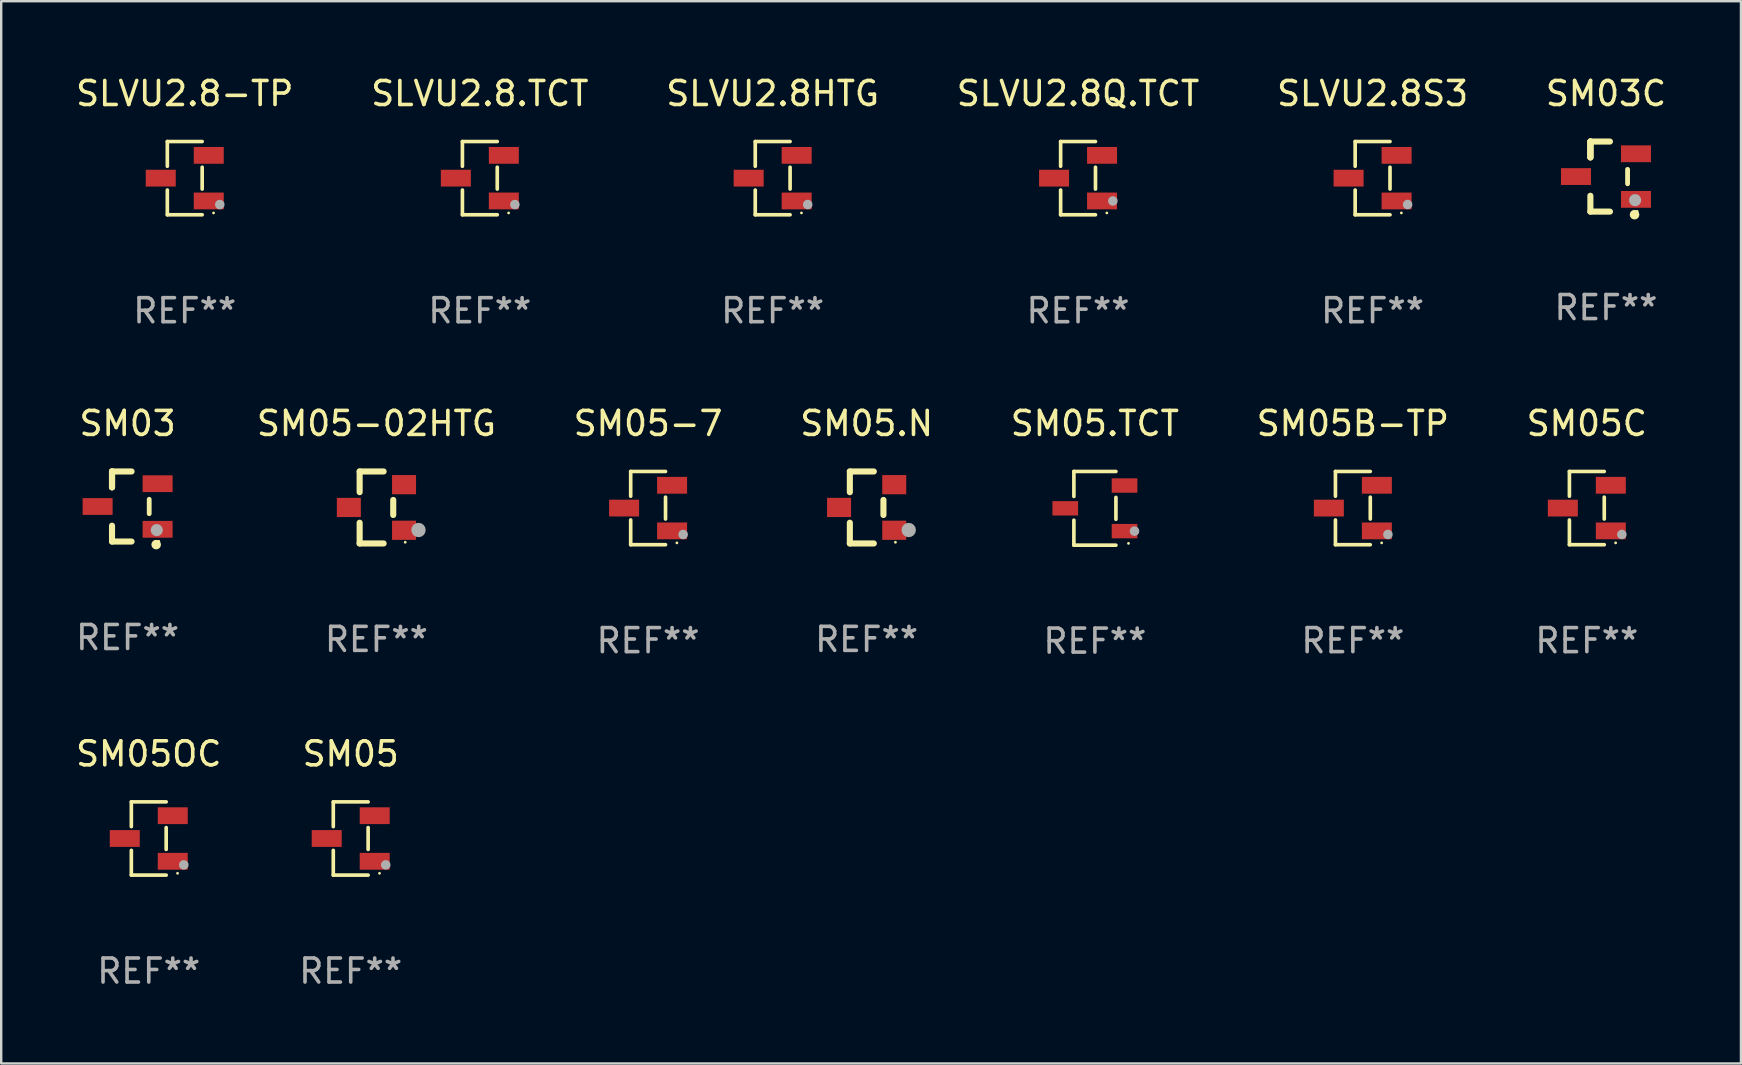
<source format=kicad_pcb>
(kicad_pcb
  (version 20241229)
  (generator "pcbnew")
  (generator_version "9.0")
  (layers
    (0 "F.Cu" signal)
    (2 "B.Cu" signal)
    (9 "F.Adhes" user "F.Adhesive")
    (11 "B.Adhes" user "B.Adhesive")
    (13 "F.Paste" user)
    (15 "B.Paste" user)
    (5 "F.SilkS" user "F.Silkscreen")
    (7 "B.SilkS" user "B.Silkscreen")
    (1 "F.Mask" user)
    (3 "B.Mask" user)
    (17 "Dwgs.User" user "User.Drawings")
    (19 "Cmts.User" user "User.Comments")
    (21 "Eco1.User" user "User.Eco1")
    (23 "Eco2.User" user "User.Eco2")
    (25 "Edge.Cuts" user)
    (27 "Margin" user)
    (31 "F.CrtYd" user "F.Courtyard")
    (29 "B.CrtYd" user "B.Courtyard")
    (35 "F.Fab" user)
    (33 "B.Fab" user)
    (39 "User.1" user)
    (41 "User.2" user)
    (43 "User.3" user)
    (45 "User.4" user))
  (footprint "SM05B-TP"
    (layer "F.Cu")
    (at 53.327 18.123)
    (property "Reference" "SM05B-TP" (at 0 -3.526 0) (layer "F.SilkS") (effects (font (size 1 1) (thickness 0.15))))
    (attr through_hole)
    (fp_line (start -0.726 -1.526) (end -0.726 -0.495) (stroke (width 0.152) (type solid)) (layer "F.SilkS"))
    (fp_line (start -0.726 1.526) (end -0.726 0.495) (stroke (width 0.152) (type solid)) (layer "F.SilkS"))
    (fp_line (start 0.726 -1.526) (end -0.726 -1.526) (stroke (width 0.152) (type solid)) (layer "F.SilkS"))
    (fp_line (start 0.726 -0.455) (end 0.726 0.455) (stroke (width 0.152) (type solid)) (layer "F.SilkS"))
    (fp_line (start 0.726 1.526) (end -0.726 1.526) (stroke (width 0.152) (type solid)) (layer "F.SilkS"))
    (fp_circle (center 1.2 1.45) (end 1.23 1.45) (stroke (width 0.06) (type solid)) (fill no) (layer "F.SilkS"))
    (fp_circle (center 1.46 1.1) (end 1.56 1.1) (stroke (width 0.2) (type solid)) (fill no) (layer "F.Fab"))
    (fp_text user "REF**" (at 0 5.526 0) (layer "F.Fab") (effects (font (size 1 1) (thickness 0.15))))
    (pad "1" smd rect (at 1 0.95) (size 1.25 0.7) (layers "F.Cu" "F.Mask" "F.Paste"))
    (pad "2" smd rect (at 1 -0.95) (size 1.25 0.7) (layers "F.Cu" "F.Mask" "F.Paste"))
    (pad "3" smd rect (at -1 0) (size 1.25 0.7) (layers "F.Cu" "F.Mask" "F.Paste")))
  (footprint "SLVU2.8Q.TCT"
    (layer "F.Cu")
    (at 41.875 4.374)
    (property "Reference" "SLVU2.8Q.TCT" (at 0 -3.526 0) (layer "F.SilkS") (effects (font (size 1 1) (thickness 0.15))))
    (attr through_hole)
    (fp_line (start -0.726 -1.526) (end -0.726 -0.495) (stroke (width 0.152) (type solid)) (layer "F.SilkS"))
    (fp_line (start -0.726 1.526) (end -0.726 0.495) (stroke (width 0.152) (type solid)) (layer "F.SilkS"))
    (fp_line (start 0.726 -1.526) (end -0.726 -1.526) (stroke (width 0.152) (type solid)) (layer "F.SilkS"))
    (fp_line (start 0.726 -0.455) (end 0.726 0.455) (stroke (width 0.152) (type solid)) (layer "F.SilkS"))
    (fp_line (start 0.726 1.526) (end -0.726 1.526) (stroke (width 0.152) (type solid)) (layer "F.SilkS"))
    (fp_circle (center 1.2 1.45) (end 1.23 1.45) (stroke (width 0.06) (type solid)) (fill no) (layer "F.SilkS"))
    (fp_circle (center 1.45 0.95) (end 1.55 0.95) (stroke (width 0.2) (type solid)) (fill no) (layer "F.Fab"))
    (fp_text user "REF**" (at 0 5.526 0) (layer "F.Fab") (effects (font (size 1 1) (thickness 0.15))))
    (pad "1" smd rect (at 1 0.95) (size 1.25 0.7) (layers "F.Cu" "F.Mask" "F.Paste"))
    (pad "2" smd rect (at 1 -0.95) (size 1.25 0.7) (layers "F.Cu" "F.Mask" "F.Paste"))
    (pad "3" smd rect (at -1 0) (size 1.25 0.7) (layers "F.Cu" "F.Mask" "F.Paste")))
  (footprint "SM05"
    (layer "F.Cu")
    (at 11.565 31.892)
    (property "Reference" "SM05" (at 0 -3.526 0) (layer "F.SilkS") (effects (font (size 1 1) (thickness 0.15))))
    (attr through_hole)
    (fp_line (start -0.726 -1.526) (end -0.726 -0.495) (stroke (width 0.152) (type solid)) (layer "F.SilkS"))
    (fp_line (start -0.726 1.526) (end -0.726 0.495) (stroke (width 0.152) (type solid)) (layer "F.SilkS"))
    (fp_line (start 0.726 -1.526) (end -0.726 -1.526) (stroke (width 0.152) (type solid)) (layer "F.SilkS"))
    (fp_line (start 0.726 -0.455) (end 0.726 0.455) (stroke (width 0.152) (type solid)) (layer "F.SilkS"))
    (fp_line (start 0.726 1.526) (end -0.726 1.526) (stroke (width 0.152) (type solid)) (layer "F.SilkS"))
    (fp_circle (center 1.2 1.45) (end 1.23 1.45) (stroke (width 0.06) (type solid)) (fill no) (layer "F.SilkS"))
    (fp_circle (center 1.46 1.1) (end 1.56 1.1) (stroke (width 0.2) (type solid)) (fill no) (layer "F.Fab"))
    (fp_text user "REF**" (at 0 5.526 0) (layer "F.Fab") (effects (font (size 1 1) (thickness 0.15))))
    (pad "1" smd rect (at 1 0.95) (size 1.25 0.7) (layers "F.Cu" "F.Mask" "F.Paste"))
    (pad "2" smd rect (at 1 -0.95) (size 1.25 0.7) (layers "F.Cu" "F.Mask" "F.Paste"))
    (pad "3" smd rect (at -1 0) (size 1.25 0.7) (layers "F.Cu" "F.Mask" "F.Paste")))
  (footprint "SM05.TCT"
    (layer "F.Cu")
    (at 42.577 18.133)
    (property "Reference" "SM05.TCT" (at 0 -3.536 0) (layer "F.SilkS") (effects (font (size 1 1) (thickness 0.15))))
    (attr through_hole)
    (fp_line (start -0.876 -1.536) (end -0.876 -0.495) (stroke (width 0.152) (type solid)) (layer "F.SilkS"))
    (fp_line (start -0.876 1.536) (end -0.876 0.495) (stroke (width 0.152) (type solid)) (layer "F.SilkS"))
    (fp_line (start 0.876 -1.536) (end -0.876 -1.536) (stroke (width 0.152) (type solid)) (layer "F.SilkS"))
    (fp_line (start 0.876 -0.455) (end 0.876 0.455) (stroke (width 0.152) (type solid)) (layer "F.SilkS"))
    (fp_line (start 0.876 1.536) (end -0.876 1.536) (stroke (width 0.152) (type solid)) (layer "F.SilkS"))
    (fp_circle (center 1.4 1.46) (end 1.43 1.46) (stroke (width 0.06) (type solid)) (fill no) (layer "F.SilkS"))
    (fp_circle (center 1.651 0.95) (end 1.751 0.95) (stroke (width 0.2) (type solid)) (fill no) (layer "F.Fab"))
    (fp_text user "REF**" (at 0 5.536 0) (layer "F.Fab") (effects (font (size 1 1) (thickness 0.15))))
    (pad "1" smd rect (at 1.235 0.95) (size 1.07 0.6) (layers "F.Cu" "F.Mask" "F.Paste"))
    (pad "2" smd rect (at 1.235 -0.95) (size 1.07 0.6) (layers "F.Cu" "F.Mask" "F.Paste"))
    (pad "3" smd rect (at -1.235 0) (size 1.07 0.6) (layers "F.Cu" "F.Mask" "F.Paste")))
  (footprint "SM03"
    (layer "F.Cu")
    (at 2.268 18.057)
    (property "Reference" "SM03" (at 0 -3.46 0) (layer "F.SilkS") (effects (font (size 1 1) (thickness 0.15))))
    (attr through_hole)
    (fp_line (start -0.65 -1.46) (end -0.65 -0.8) (stroke (width 0.254) (type solid)) (layer "F.SilkS"))
    (fp_line (start -0.65 -1.46) (end 0.165 -1.46) (stroke (width 0.254) (type solid)) (layer "F.SilkS"))
    (fp_line (start -0.65 -0.8) (end -0.65 -1.46) (stroke (width 0.254) (type solid)) (layer "F.SilkS"))
    (fp_line (start -0.65 -0.8) (end -0.65 -1.46) (stroke (width 0.254) (type solid)) (layer "F.SilkS"))
    (fp_line (start -0.65 1.46) (end -0.65 0.8) (stroke (width 0.254) (type solid)) (layer "F.SilkS"))
    (fp_line (start 0.165 1.46) (end -0.65 1.46) (stroke (width 0.254) (type solid)) (layer "F.SilkS"))
    (fp_line (start 0.9 0.3) (end 0.9 -0.3) (stroke (width 0.2) (type solid)) (layer "F.SilkS"))
    (fp_circle (center 1.19 1.588) (end 1.29 1.588) (stroke (width 0.2) (type solid)) (fill no) (layer "F.SilkS"))
    (fp_circle (center 1.3 1.45) (end 1.33 1.45) (stroke (width 0.06) (type solid)) (fill no) (layer "F.SilkS"))
    (fp_circle (center 1.214 0.983) (end 1.341 0.983) (stroke (width 0.254) (type solid)) (fill no) (layer "F.Fab"))
    (fp_text user "REF**" (at 0 5.46 0) (layer "F.Fab") (effects (font (size 1 1) (thickness 0.15))))
    (pad "1" smd rect (at 1.25 0.95 270) (size 0.7 1.25) (layers "F.Cu" "F.Mask" "F.Paste"))
    (pad "2" smd rect (at 1.25 -0.95 270) (size 0.7 1.25) (layers "F.Cu" "F.Mask" "F.Paste"))
    (pad "3" smd rect (at -1.25 0 270) (size 0.7 1.25) (layers "F.Cu" "F.Mask" "F.Paste")))
  (footprint "SM05C"
    (layer "F.Cu")
    (at 63.077 18.123)
    (property "Reference" "SM05C" (at 0 -3.526 0) (layer "F.SilkS") (effects (font (size 1 1) (thickness 0.15))))
    (attr through_hole)
    (fp_line (start -0.726 -1.526) (end -0.726 -0.495) (stroke (width 0.152) (type solid)) (layer "F.SilkS"))
    (fp_line (start -0.726 1.526) (end -0.726 0.495) (stroke (width 0.152) (type solid)) (layer "F.SilkS"))
    (fp_line (start 0.726 -1.526) (end -0.726 -1.526) (stroke (width 0.152) (type solid)) (layer "F.SilkS"))
    (fp_line (start 0.726 -0.455) (end 0.726 0.455) (stroke (width 0.152) (type solid)) (layer "F.SilkS"))
    (fp_line (start 0.726 1.526) (end -0.726 1.526) (stroke (width 0.152) (type solid)) (layer "F.SilkS"))
    (fp_circle (center 1.2 1.45) (end 1.23 1.45) (stroke (width 0.06) (type solid)) (fill no) (layer "F.SilkS"))
    (fp_circle (center 1.46 1.1) (end 1.56 1.1) (stroke (width 0.2) (type solid)) (fill no) (layer "F.Fab"))
    (fp_text user "REF**" (at 0 5.526 0) (layer "F.Fab") (effects (font (size 1 1) (thickness 0.15))))
    (pad "1" smd rect (at 1 0.95) (size 1.25 0.7) (layers "F.Cu" "F.Mask" "F.Paste"))
    (pad "2" smd rect (at 1 -0.95) (size 1.25 0.7) (layers "F.Cu" "F.Mask" "F.Paste"))
    (pad "3" smd rect (at -1 0) (size 1.25 0.7) (layers "F.Cu" "F.Mask" "F.Paste")))
  (footprint "SM05OC"
    (layer "F.Cu")
    (at 3.149 31.892)
    (property "Reference" "SM05OC" (at 0 -3.526 0) (layer "F.SilkS") (effects (font (size 1 1) (thickness 0.15))))
    (attr through_hole)
    (fp_line (start -0.726 -1.526) (end -0.726 -0.495) (stroke (width 0.152) (type solid)) (layer "F.SilkS"))
    (fp_line (start -0.726 1.526) (end -0.726 0.495) (stroke (width 0.152) (type solid)) (layer "F.SilkS"))
    (fp_line (start 0.726 -1.526) (end -0.726 -1.526) (stroke (width 0.152) (type solid)) (layer "F.SilkS"))
    (fp_line (start 0.726 -0.455) (end 0.726 0.455) (stroke (width 0.152) (type solid)) (layer "F.SilkS"))
    (fp_line (start 0.726 1.526) (end -0.726 1.526) (stroke (width 0.152) (type solid)) (layer "F.SilkS"))
    (fp_circle (center 1.2 1.45) (end 1.23 1.45) (stroke (width 0.06) (type solid)) (fill no) (layer "F.SilkS"))
    (fp_circle (center 1.46 1.1) (end 1.56 1.1) (stroke (width 0.2) (type solid)) (fill no) (layer "F.Fab"))
    (fp_text user "REF**" (at 0 5.526 0) (layer "F.Fab") (effects (font (size 1 1) (thickness 0.15))))
    (pad "1" smd rect (at 1 0.95) (size 1.25 0.7) (layers "F.Cu" "F.Mask" "F.Paste"))
    (pad "2" smd rect (at 1 -0.95) (size 1.25 0.7) (layers "F.Cu" "F.Mask" "F.Paste"))
    (pad "3" smd rect (at -1 0) (size 1.25 0.7) (layers "F.Cu" "F.Mask" "F.Paste")))
  (footprint "SM03C"
    (layer "F.Cu")
    (at 63.875 4.308)
    (property "Reference" "SM03C" (at 0 -3.46 0) (layer "F.SilkS") (effects (font (size 1 1) (thickness 0.15))))
    (attr through_hole)
    (fp_line (start -0.65 -1.46) (end -0.65 -0.8) (stroke (width 0.254) (type solid)) (layer "F.SilkS"))
    (fp_line (start -0.65 -1.46) (end 0.165 -1.46) (stroke (width 0.254) (type solid)) (layer "F.SilkS"))
    (fp_line (start -0.65 -0.8) (end -0.65 -1.46) (stroke (width 0.254) (type solid)) (layer "F.SilkS"))
    (fp_line (start -0.65 -0.8) (end -0.65 -1.46) (stroke (width 0.254) (type solid)) (layer "F.SilkS"))
    (fp_line (start -0.65 1.46) (end -0.65 0.8) (stroke (width 0.254) (type solid)) (layer "F.SilkS"))
    (fp_line (start 0.165 1.46) (end -0.65 1.46) (stroke (width 0.254) (type solid)) (layer "F.SilkS"))
    (fp_line (start 0.9 0.3) (end 0.9 -0.3) (stroke (width 0.2) (type solid)) (layer "F.SilkS"))
    (fp_circle (center 1.19 1.588) (end 1.29 1.588) (stroke (width 0.2) (type solid)) (fill no) (layer "F.SilkS"))
    (fp_circle (center 1.3 1.45) (end 1.33 1.45) (stroke (width 0.06) (type solid)) (fill no) (layer "F.SilkS"))
    (fp_circle (center 1.214 0.983) (end 1.341 0.983) (stroke (width 0.254) (type solid)) (fill no) (layer "F.Fab"))
    (fp_text user "REF**" (at 0 5.46 0) (layer "F.Fab") (effects (font (size 1 1) (thickness 0.15))))
    (pad "1" smd rect (at 1.25 0.95 270) (size 0.7 1.25) (layers "F.Cu" "F.Mask" "F.Paste"))
    (pad "2" smd rect (at 1.25 -0.95 270) (size 0.7 1.25) (layers "F.Cu" "F.Mask" "F.Paste"))
    (pad "3" smd rect (at -1.25 0 270) (size 0.7 1.25) (layers "F.Cu" "F.Mask" "F.Paste")))
  (footprint "SM05-02HTG"
    (layer "F.Cu")
    (at 12.637 18.097)
    (property "Reference" "SM05-02HTG" (at 0 -3.5 0) (layer "F.SilkS") (effects (font (size 1 1) (thickness 0.15))))
    (attr through_hole)
    (fp_line (start -0.7 -1.5) (end 0.3 -1.5) (stroke (width 0.254) (type solid)) (layer "F.SilkS"))
    (fp_line (start -0.7 -0.636) (end -0.7 -1.5) (stroke (width 0.254) (type solid)) (layer "F.SilkS"))
    (fp_line (start -0.7 1.5) (end -0.7 0.636) (stroke (width 0.254) (type solid)) (layer "F.SilkS"))
    (fp_line (start -0.7 1.5) (end 0.3 1.5) (stroke (width 0.254) (type solid)) (layer "F.SilkS"))
    (fp_line (start 0.7 0.314) (end 0.7 -0.314) (stroke (width 0.254) (type solid)) (layer "F.SilkS"))
    (fp_circle (center 1.2 1.45) (end 1.23 1.45) (stroke (width 0.06) (type solid)) (fill no) (layer "F.SilkS"))
    (fp_circle (center 1.753 0.94) (end 1.903 0.94) (stroke (width 0.3) (type solid)) (fill no) (layer "F.Fab"))
    (fp_text user "REF**" (at 0 5.5 0) (layer "F.Fab") (effects (font (size 1 1) (thickness 0.15))))
    (pad "1" smd rect (at 1.15 0.95 180) (size 1 0.8) (layers "F.Cu" "F.Mask" "F.Paste"))
    (pad "2" smd rect (at 1.15 -0.95 180) (size 1 0.8) (layers "F.Cu" "F.Mask" "F.Paste"))
    (pad "3" smd rect (at -1.15 -0.000051 180) (size 1 0.8) (layers "F.Cu" "F.Mask" "F.Paste")))
  (footprint "SLVU2.8-TP"
    (layer "F.Cu")
    (at 4.649 4.374)
    (property "Reference" "SLVU2.8-TP" (at 0 -3.526 0) (layer "F.SilkS") (effects (font (size 1 1) (thickness 0.15))))
    (attr through_hole)
    (fp_line (start -0.726 -1.526) (end -0.726 -0.495) (stroke (width 0.152) (type solid)) (layer "F.SilkS"))
    (fp_line (start -0.726 1.526) (end -0.726 0.495) (stroke (width 0.152) (type solid)) (layer "F.SilkS"))
    (fp_line (start 0.726 -1.526) (end -0.726 -1.526) (stroke (width 0.152) (type solid)) (layer "F.SilkS"))
    (fp_line (start 0.726 -0.455) (end 0.726 0.455) (stroke (width 0.152) (type solid)) (layer "F.SilkS"))
    (fp_line (start 0.726 1.526) (end -0.726 1.526) (stroke (width 0.152) (type solid)) (layer "F.SilkS"))
    (fp_circle (center 1.2 1.45) (end 1.23 1.45) (stroke (width 0.06) (type solid)) (fill no) (layer "F.SilkS"))
    (fp_circle (center 1.46 1.1) (end 1.56 1.1) (stroke (width 0.2) (type solid)) (fill no) (layer "F.Fab"))
    (fp_text user "REF**" (at 0 5.526 0) (layer "F.Fab") (effects (font (size 1 1) (thickness 0.15))))
    (pad "1" smd rect (at 1 0.95) (size 1.25 0.7) (layers "F.Cu" "F.Mask" "F.Paste"))
    (pad "2" smd rect (at 1 -0.95) (size 1.25 0.7) (layers "F.Cu" "F.Mask" "F.Paste"))
    (pad "3" smd rect (at -1 0) (size 1.25 0.7) (layers "F.Cu" "F.Mask" "F.Paste")))
  (footprint "SLVU2.8HTG"
    (layer "F.Cu")
    (at 29.149 4.374)
    (property "Reference" "SLVU2.8HTG" (at 0 -3.526 0) (layer "F.SilkS") (effects (font (size 1 1) (thickness 0.15))))
    (attr through_hole)
    (fp_line (start -0.726 -1.526) (end -0.726 -0.495) (stroke (width 0.152) (type solid)) (layer "F.SilkS"))
    (fp_line (start -0.726 1.526) (end -0.726 0.495) (stroke (width 0.152) (type solid)) (layer "F.SilkS"))
    (fp_line (start 0.726 -1.526) (end -0.726 -1.526) (stroke (width 0.152) (type solid)) (layer "F.SilkS"))
    (fp_line (start 0.726 -0.455) (end 0.726 0.455) (stroke (width 0.152) (type solid)) (layer "F.SilkS"))
    (fp_line (start 0.726 1.526) (end -0.726 1.526) (stroke (width 0.152) (type solid)) (layer "F.SilkS"))
    (fp_circle (center 1.2 1.45) (end 1.23 1.45) (stroke (width 0.06) (type solid)) (fill no) (layer "F.SilkS"))
    (fp_circle (center 1.46 1.1) (end 1.56 1.1) (stroke (width 0.2) (type solid)) (fill no) (layer "F.Fab"))
    (fp_text user "REF**" (at 0 5.526 0) (layer "F.Fab") (effects (font (size 1 1) (thickness 0.15))))
    (pad "1" smd rect (at 1 0.95) (size 1.25 0.7) (layers "F.Cu" "F.Mask" "F.Paste"))
    (pad "2" smd rect (at 1 -0.95) (size 1.25 0.7) (layers "F.Cu" "F.Mask" "F.Paste"))
    (pad "3" smd rect (at -1 0) (size 1.25 0.7) (layers "F.Cu" "F.Mask" "F.Paste")))
  (footprint "SM05-7"
    (layer "F.Cu")
    (at 23.958 18.123)
    (property "Reference" "SM05-7" (at 0 -3.526 0) (layer "F.SilkS") (effects (font (size 1 1) (thickness 0.15))))
    (attr through_hole)
    (fp_line (start -0.726 -1.526) (end -0.726 -0.495) (stroke (width 0.152) (type solid)) (layer "F.SilkS"))
    (fp_line (start -0.726 1.526) (end -0.726 0.495) (stroke (width 0.152) (type solid)) (layer "F.SilkS"))
    (fp_line (start 0.726 -1.526) (end -0.726 -1.526) (stroke (width 0.152) (type solid)) (layer "F.SilkS"))
    (fp_line (start 0.726 -0.455) (end 0.726 0.455) (stroke (width 0.152) (type solid)) (layer "F.SilkS"))
    (fp_line (start 0.726 1.526) (end -0.726 1.526) (stroke (width 0.152) (type solid)) (layer "F.SilkS"))
    (fp_circle (center 1.2 1.45) (end 1.23 1.45) (stroke (width 0.06) (type solid)) (fill no) (layer "F.SilkS"))
    (fp_circle (center 1.46 1.1) (end 1.56 1.1) (stroke (width 0.2) (type solid)) (fill no) (layer "F.Fab"))
    (fp_text user "REF**" (at 0 5.526 0) (layer "F.Fab") (effects (font (size 1 1) (thickness 0.15))))
    (pad "1" smd rect (at 1 0.95) (size 1.25 0.7) (layers "F.Cu" "F.Mask" "F.Paste"))
    (pad "2" smd rect (at 1 -0.95) (size 1.25 0.7) (layers "F.Cu" "F.Mask" "F.Paste"))
    (pad "3" smd rect (at -1 0) (size 1.25 0.7) (layers "F.Cu" "F.Mask" "F.Paste")))
  (footprint "SLVU2.8.TCT"
    (layer "F.Cu")
    (at 16.946 4.374)
    (property "Reference" "SLVU2.8.TCT" (at 0 -3.526 0) (layer "F.SilkS") (effects (font (size 1 1) (thickness 0.15))))
    (attr through_hole)
    (fp_line (start -0.726 -1.526) (end -0.726 -0.495) (stroke (width 0.152) (type solid)) (layer "F.SilkS"))
    (fp_line (start -0.726 1.526) (end -0.726 0.495) (stroke (width 0.152) (type solid)) (layer "F.SilkS"))
    (fp_line (start 0.726 -1.526) (end -0.726 -1.526) (stroke (width 0.152) (type solid)) (layer "F.SilkS"))
    (fp_line (start 0.726 -0.455) (end 0.726 0.455) (stroke (width 0.152) (type solid)) (layer "F.SilkS"))
    (fp_line (start 0.726 1.526) (end -0.726 1.526) (stroke (width 0.152) (type solid)) (layer "F.SilkS"))
    (fp_circle (center 1.2 1.45) (end 1.23 1.45) (stroke (width 0.06) (type solid)) (fill no) (layer "F.SilkS"))
    (fp_circle (center 1.46 1.1) (end 1.56 1.1) (stroke (width 0.2) (type solid)) (fill no) (layer "F.Fab"))
    (fp_text user "REF**" (at 0 5.526 0) (layer "F.Fab") (effects (font (size 1 1) (thickness 0.15))))
    (pad "1" smd rect (at 1 0.95) (size 1.25 0.7) (layers "F.Cu" "F.Mask" "F.Paste"))
    (pad "2" smd rect (at 1 -0.95) (size 1.25 0.7) (layers "F.Cu" "F.Mask" "F.Paste"))
    (pad "3" smd rect (at -1 0) (size 1.25 0.7) (layers "F.Cu" "F.Mask" "F.Paste")))
  (footprint "SM05.N"
    (layer "F.Cu")
    (at 33.065 18.097)
    (property "Reference" "SM05.N" (at 0 -3.5 0) (layer "F.SilkS") (effects (font (size 1 1) (thickness 0.15))))
    (attr through_hole)
    (fp_line (start -0.7 -1.5) (end 0.3 -1.5) (stroke (width 0.254) (type solid)) (layer "F.SilkS"))
    (fp_line (start -0.7 -0.636) (end -0.7 -1.5) (stroke (width 0.254) (type solid)) (layer "F.SilkS"))
    (fp_line (start -0.7 1.5) (end -0.7 0.636) (stroke (width 0.254) (type solid)) (layer "F.SilkS"))
    (fp_line (start -0.7 1.5) (end 0.3 1.5) (stroke (width 0.254) (type solid)) (layer "F.SilkS"))
    (fp_line (start 0.7 0.314) (end 0.7 -0.314) (stroke (width 0.254) (type solid)) (layer "F.SilkS"))
    (fp_circle (center 1.2 1.45) (end 1.23 1.45) (stroke (width 0.06) (type solid)) (fill no) (layer "F.SilkS"))
    (fp_circle (center 1.753 0.94) (end 1.903 0.94) (stroke (width 0.3) (type solid)) (fill no) (layer "F.Fab"))
    (fp_text user "REF**" (at 0 5.5 0) (layer "F.Fab") (effects (font (size 1 1) (thickness 0.15))))
    (pad "1" smd rect (at 1.15 0.95 180) (size 1 0.8) (layers "F.Cu" "F.Mask" "F.Paste"))
    (pad "2" smd rect (at 1.15 -0.95 180) (size 1 0.8) (layers "F.Cu" "F.Mask" "F.Paste"))
    (pad "3" smd rect (at -1.15 -0.000051 180) (size 1 0.8) (layers "F.Cu" "F.Mask" "F.Paste")))
  (footprint "SLVU2.8S3"
    (layer "F.Cu")
    (at 54.149 4.374)
    (property "Reference" "SLVU2.8S3" (at 0 -3.526 0) (layer "F.SilkS") (effects (font (size 1 1) (thickness 0.15))))
    (attr through_hole)
    (fp_line (start -0.726 -1.526) (end -0.726 -0.495) (stroke (width 0.152) (type solid)) (layer "F.SilkS"))
    (fp_line (start -0.726 1.526) (end -0.726 0.495) (stroke (width 0.152) (type solid)) (layer "F.SilkS"))
    (fp_line (start 0.726 -1.526) (end -0.726 -1.526) (stroke (width 0.152) (type solid)) (layer "F.SilkS"))
    (fp_line (start 0.726 -0.455) (end 0.726 0.455) (stroke (width 0.152) (type solid)) (layer "F.SilkS"))
    (fp_line (start 0.726 1.526) (end -0.726 1.526) (stroke (width 0.152) (type solid)) (layer "F.SilkS"))
    (fp_circle (center 1.2 1.45) (end 1.23 1.45) (stroke (width 0.06) (type solid)) (fill no) (layer "F.SilkS"))
    (fp_circle (center 1.46 1.1) (end 1.56 1.1) (stroke (width 0.2) (type solid)) (fill no) (layer "F.Fab"))
    (fp_text user "REF**" (at 0 5.526 0) (layer "F.Fab") (effects (font (size 1 1) (thickness 0.15))))
    (pad "1" smd rect (at 1 0.95) (size 1.25 0.7) (layers "F.Cu" "F.Mask" "F.Paste"))
    (pad "2" smd rect (at 1 -0.95) (size 1.25 0.7) (layers "F.Cu" "F.Mask" "F.Paste"))
    (pad "3" smd rect (at -1 0) (size 1.25 0.7) (layers "F.Cu" "F.Mask" "F.Paste")))
  (gr_rect
    (start -3 -3)
    (end 69.5 41.267)
    (stroke (width 0.1) (type default))
    (fill no)
    (layer "Edge.Cuts")))
</source>
